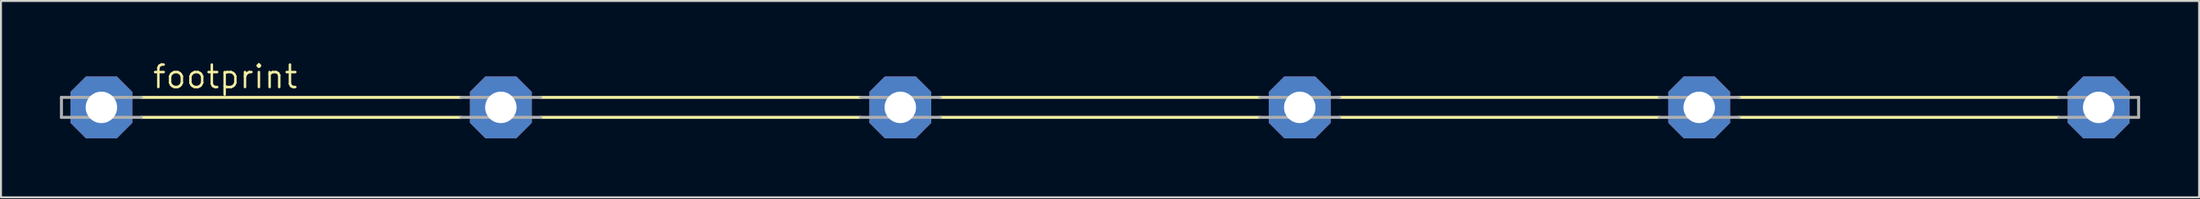
<source format=kicad_pcb>
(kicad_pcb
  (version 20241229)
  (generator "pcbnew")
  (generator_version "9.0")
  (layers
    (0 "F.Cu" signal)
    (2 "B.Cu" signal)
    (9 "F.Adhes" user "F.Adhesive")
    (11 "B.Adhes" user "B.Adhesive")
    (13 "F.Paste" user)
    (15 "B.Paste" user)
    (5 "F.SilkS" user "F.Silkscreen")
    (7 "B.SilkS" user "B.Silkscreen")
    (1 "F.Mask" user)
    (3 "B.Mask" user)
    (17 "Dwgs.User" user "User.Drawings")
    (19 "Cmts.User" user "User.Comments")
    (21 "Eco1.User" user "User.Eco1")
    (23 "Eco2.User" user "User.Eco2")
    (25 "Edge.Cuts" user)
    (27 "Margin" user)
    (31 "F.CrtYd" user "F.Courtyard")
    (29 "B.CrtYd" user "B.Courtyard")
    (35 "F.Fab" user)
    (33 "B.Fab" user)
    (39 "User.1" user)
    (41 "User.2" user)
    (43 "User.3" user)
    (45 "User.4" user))
  (footprint "footprint"
    (layer "F.Cu")
    (at 52.908 2.413)
    (property "Reference" "footprint" (at -48.26 -0.889 0) (layer "F.SilkS") (effects (font (size 1.143 1.143) (thickness 0.127)) (justify left bottom)))
    (fp_line (start -48.768 -0.508) (end -32.512 -0.508) (stroke (width 0.152) (type solid)) (layer "F.SilkS"))
    (fp_line (start -48.768 0.508) (end -32.512 0.508) (stroke (width 0.152) (type solid)) (layer "F.SilkS"))
    (fp_line (start -28.448 -0.508) (end -12.192 -0.508) (stroke (width 0.152) (type solid)) (layer "F.SilkS"))
    (fp_line (start -28.448 0.508) (end -12.192 0.508) (stroke (width 0.152) (type solid)) (layer "F.SilkS"))
    (fp_line (start -8.128 -0.508) (end 8.128 -0.508) (stroke (width 0.152) (type solid)) (layer "F.SilkS"))
    (fp_line (start -8.128 0.508) (end 8.128 0.508) (stroke (width 0.152) (type solid)) (layer "F.SilkS"))
    (fp_line (start 12.192 -0.508) (end 28.448 -0.508) (stroke (width 0.152) (type solid)) (layer "F.SilkS"))
    (fp_line (start 12.192 0.508) (end 28.448 0.508) (stroke (width 0.152) (type solid)) (layer "F.SilkS"))
    (fp_line (start 32.512 -0.508) (end 48.768 -0.508) (stroke (width 0.152) (type solid)) (layer "F.SilkS"))
    (fp_line (start 32.512 0.508) (end 48.768 0.508) (stroke (width 0.152) (type solid)) (layer "F.SilkS"))
    (fp_line (start -52.832 -0.508) (end -52.832 0.508) (stroke (width 0.152) (type solid)) (layer "F.Fab"))
    (fp_line (start -52.832 0.508) (end -48.768 0.508) (stroke (width 0.152) (type solid)) (layer "F.Fab"))
    (fp_line (start -48.768 -0.508) (end -52.832 -0.508) (stroke (width 0.152) (type solid)) (layer "F.Fab"))
    (fp_line (start -32.512 0.508) (end -28.448 0.508) (stroke (width 0.152) (type solid)) (layer "F.Fab"))
    (fp_line (start -28.448 -0.508) (end -32.512 -0.508) (stroke (width 0.152) (type solid)) (layer "F.Fab"))
    (fp_line (start -8.128 -0.508) (end -12.192 -0.508) (stroke (width 0.152) (type solid)) (layer "F.Fab"))
    (fp_line (start -8.128 0.508) (end -12.192 0.508) (stroke (width 0.152) (type solid)) (layer "F.Fab"))
    (fp_line (start 8.128 0.508) (end 12.192 0.508) (stroke (width 0.152) (type solid)) (layer "F.Fab"))
    (fp_line (start 12.192 -0.508) (end 8.128 -0.508) (stroke (width 0.152) (type solid)) (layer "F.Fab"))
    (fp_line (start 28.448 0.508) (end 32.512 0.508) (stroke (width 0.152) (type solid)) (layer "F.Fab"))
    (fp_line (start 32.512 -0.508) (end 28.448 -0.508) (stroke (width 0.152) (type solid)) (layer "F.Fab"))
    (fp_line (start 52.832 -0.508) (end 48.768 -0.508) (stroke (width 0.152) (type solid)) (layer "F.Fab"))
    (fp_line (start 52.832 -0.508) (end 52.832 0.508) (stroke (width 0.152) (type solid)) (layer "F.Fab"))
    (fp_line (start 52.832 0.508) (end 48.768 0.508) (stroke (width 0.152) (type solid)) (layer "F.Fab"))
    (pad "1" thru_hole roundrect (at -50.8 0) (size 3.15 3.15) (drill 1.6) (layers "*.Cu" "*.Mask") (roundrect_rratio 0.25) (chamfer_ratio 0.25) (chamfer top_left top_right bottom_left bottom_right))
    (pad "2" thru_hole roundrect (at -30.48 0) (size 3.15 3.15) (drill 1.6) (layers "*.Cu" "*.Mask") (roundrect_rratio 0.25) (chamfer_ratio 0.25) (chamfer top_left top_right bottom_left bottom_right))
    (pad "3" thru_hole roundrect (at -10.16 0) (size 3.15 3.15) (drill 1.6) (layers "*.Cu" "*.Mask") (roundrect_rratio 0.25) (chamfer_ratio 0.25) (chamfer top_left top_right bottom_left bottom_right))
    (pad "4" thru_hole roundrect (at 10.16 0) (size 3.15 3.15) (drill 1.6) (layers "*.Cu" "*.Mask") (roundrect_rratio 0.25) (chamfer_ratio 0.25) (chamfer top_left top_right bottom_left bottom_right))
    (pad "5" thru_hole roundrect (at 30.48 0) (size 3.15 3.15) (drill 1.6) (layers "*.Cu" "*.Mask") (roundrect_rratio 0.25) (chamfer_ratio 0.25) (chamfer top_left top_right bottom_left bottom_right))
    (pad "6" thru_hole roundrect (at 50.8 0) (size 3.15 3.15) (drill 1.6) (layers "*.Cu" "*.Mask") (roundrect_rratio 0.25) (chamfer_ratio 0.25) (chamfer top_left top_right bottom_left bottom_right)))
  (gr_rect
    (start -3 -3)
    (end 108.816 6.988)
    (stroke (width 0.1) (type default))
    (fill no)
    (layer "Edge.Cuts")))
</source>
